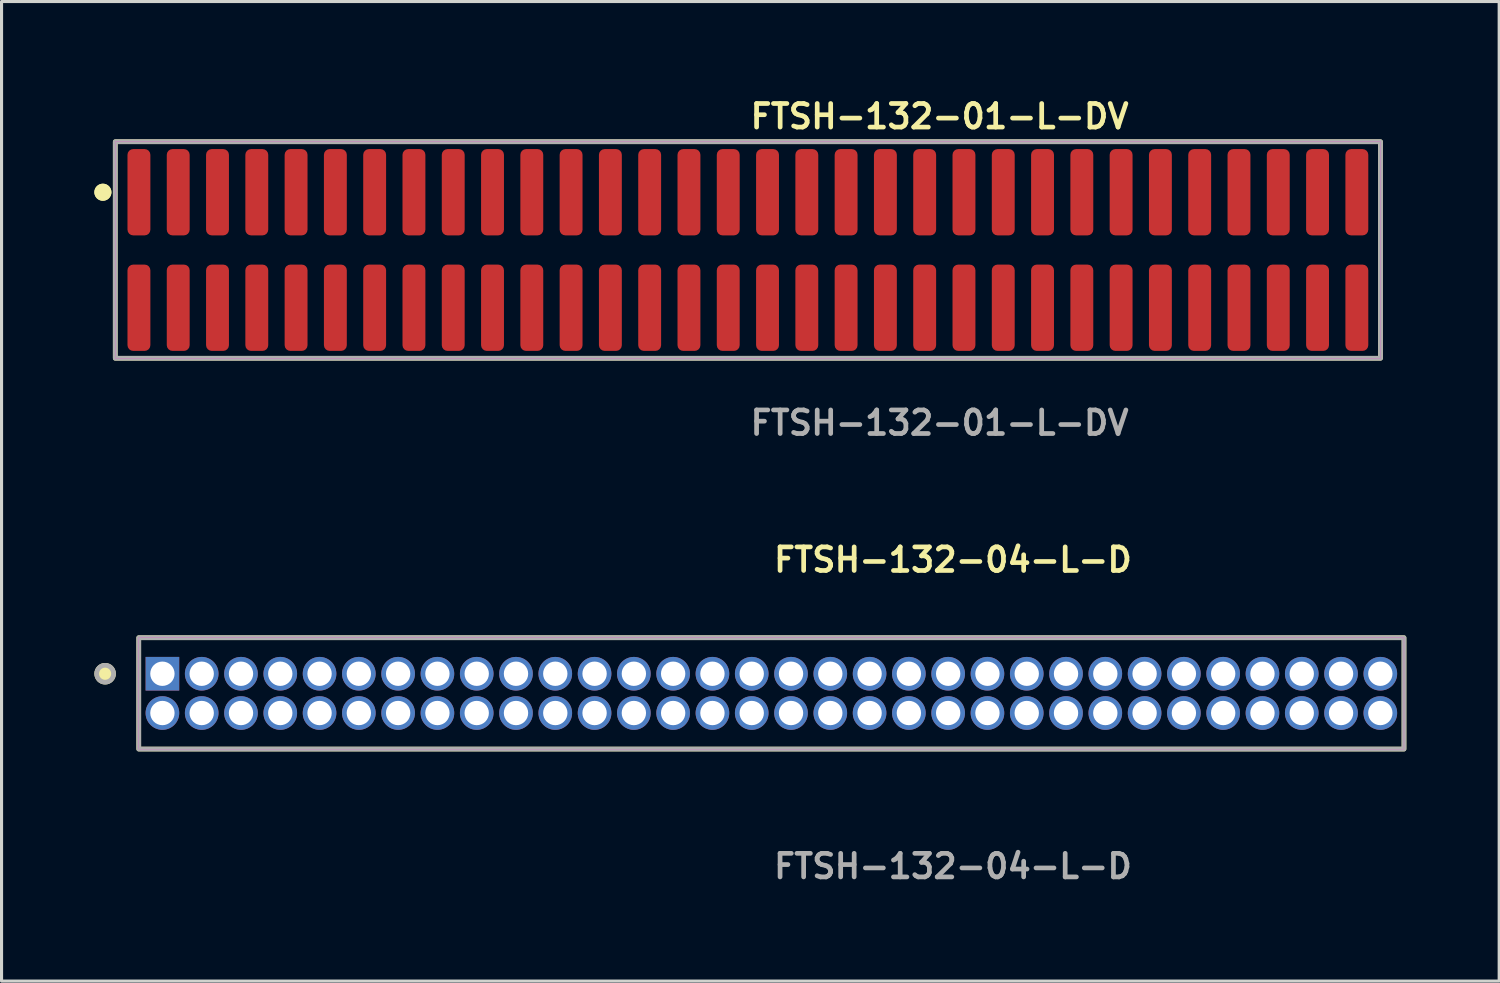
<source format=kicad_pcb>
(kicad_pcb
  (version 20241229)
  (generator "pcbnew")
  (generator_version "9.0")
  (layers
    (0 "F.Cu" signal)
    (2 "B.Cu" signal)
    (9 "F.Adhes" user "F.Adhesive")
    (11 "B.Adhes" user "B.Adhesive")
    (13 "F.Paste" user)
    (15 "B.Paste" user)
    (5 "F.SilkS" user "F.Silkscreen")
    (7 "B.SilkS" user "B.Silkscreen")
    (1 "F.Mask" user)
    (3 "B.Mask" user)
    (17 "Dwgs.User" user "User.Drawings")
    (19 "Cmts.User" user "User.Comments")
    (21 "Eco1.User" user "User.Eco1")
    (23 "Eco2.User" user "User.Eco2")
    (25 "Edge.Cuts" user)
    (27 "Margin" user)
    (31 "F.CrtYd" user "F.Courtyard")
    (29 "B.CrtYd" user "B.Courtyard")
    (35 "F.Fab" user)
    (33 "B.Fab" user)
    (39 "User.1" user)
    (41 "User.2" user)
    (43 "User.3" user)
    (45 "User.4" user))
  (footprint "FTSH-132-01-L-DV"
    (layer "F.Cu")
    (at 21.126 5.031)
    (property "Reference" "FTSH-132-01-L-DV" (at 0 -4.318 0) (unlocked yes) (layer "F.SilkS") (effects (font (size 0.762 0.762) (thickness 0.152)) (justify left)))
    (fp_rect (start -20.45 3.5) (end 20.45 -3.5) (stroke (width 0.152) (type solid)) (fill no) (layer "F.SilkS"))
    (fp_circle (center -20.85 -1.867) (end -21.05 -1.867) (stroke (width 0.152) (type solid)) (fill yes) (layer "F.SilkS"))
    (fp_circle (center -20.85 -1.867) (end -21.05 -1.867) (stroke (width 0.152) (type solid)) (fill yes) (layer "F.SilkS"))
    (fp_rect (start -20.45 3.5) (end 20.45 -3.5) (stroke (width 0.006) (type solid)) (fill no) (layer "F.CrtYd"))
    (fp_rect (start -20.45 3.5) (end 20.45 -3.5) (stroke (width 0.152) (type solid)) (fill no) (layer "F.Fab"))
    (fp_text user "${REFERENCE}" (at 0 5.588 0) (unlocked yes) (layer "F.Fab") (effects (font (size 0.762 0.762) (thickness 0.152)) (justify left)))
    (pad "1" smd roundrect (at -19.685 -1.867) (size 0.74 2.79) (layers "F.Cu" "F.Paste") (roundrect_rratio 0.25))
    (pad "2" smd roundrect (at -19.685 1.867) (size 0.74 2.79) (layers "F.Cu" "F.Paste") (roundrect_rratio 0.25))
    (pad "3" smd roundrect (at -18.415 -1.867) (size 0.74 2.79) (layers "F.Cu" "F.Paste") (roundrect_rratio 0.25))
    (pad "4" smd roundrect (at -18.415 1.867) (size 0.74 2.79) (layers "F.Cu" "F.Paste") (roundrect_rratio 0.25))
    (pad "5" smd roundrect (at -17.145 -1.867) (size 0.74 2.79) (layers "F.Cu" "F.Paste") (roundrect_rratio 0.25))
    (pad "6" smd roundrect (at -17.145 1.867) (size 0.74 2.79) (layers "F.Cu" "F.Paste") (roundrect_rratio 0.25))
    (pad "7" smd roundrect (at -15.875 -1.867) (size 0.74 2.79) (layers "F.Cu" "F.Paste") (roundrect_rratio 0.25))
    (pad "8" smd roundrect (at -15.875 1.867) (size 0.74 2.79) (layers "F.Cu" "F.Paste") (roundrect_rratio 0.25))
    (pad "9" smd roundrect (at -14.605 -1.867) (size 0.74 2.79) (layers "F.Cu" "F.Paste") (roundrect_rratio 0.25))
    (pad "10" smd roundrect (at -14.605 1.867) (size 0.74 2.79) (layers "F.Cu" "F.Paste") (roundrect_rratio 0.25))
    (pad "11" smd roundrect (at -13.335 -1.867) (size 0.74 2.79) (layers "F.Cu" "F.Paste") (roundrect_rratio 0.25))
    (pad "12" smd roundrect (at -13.335 1.867) (size 0.74 2.79) (layers "F.Cu" "F.Paste") (roundrect_rratio 0.25))
    (pad "13" smd roundrect (at -12.065 -1.867) (size 0.74 2.79) (layers "F.Cu" "F.Paste") (roundrect_rratio 0.25))
    (pad "14" smd roundrect (at -12.065 1.867) (size 0.74 2.79) (layers "F.Cu" "F.Paste") (roundrect_rratio 0.25))
    (pad "15" smd roundrect (at -10.795 -1.867) (size 0.74 2.79) (layers "F.Cu" "F.Paste") (roundrect_rratio 0.25))
    (pad "16" smd roundrect (at -10.795 1.867) (size 0.74 2.79) (layers "F.Cu" "F.Paste") (roundrect_rratio 0.25))
    (pad "17" smd roundrect (at -9.525 -1.867) (size 0.74 2.79) (layers "F.Cu" "F.Paste") (roundrect_rratio 0.25))
    (pad "18" smd roundrect (at -9.525 1.867) (size 0.74 2.79) (layers "F.Cu" "F.Paste") (roundrect_rratio 0.25))
    (pad "19" smd roundrect (at -8.255 -1.867) (size 0.74 2.79) (layers "F.Cu" "F.Paste") (roundrect_rratio 0.25))
    (pad "20" smd roundrect (at -8.255 1.867) (size 0.74 2.79) (layers "F.Cu" "F.Paste") (roundrect_rratio 0.25))
    (pad "21" smd roundrect (at -6.985 -1.867) (size 0.74 2.79) (layers "F.Cu" "F.Paste") (roundrect_rratio 0.25))
    (pad "22" smd roundrect (at -6.985 1.867) (size 0.74 2.79) (layers "F.Cu" "F.Paste") (roundrect_rratio 0.25))
    (pad "23" smd roundrect (at -5.715 -1.867) (size 0.74 2.79) (layers "F.Cu" "F.Paste") (roundrect_rratio 0.25))
    (pad "24" smd roundrect (at -5.715 1.867) (size 0.74 2.79) (layers "F.Cu" "F.Paste") (roundrect_rratio 0.25))
    (pad "25" smd roundrect (at -4.445 -1.867) (size 0.74 2.79) (layers "F.Cu" "F.Paste") (roundrect_rratio 0.25))
    (pad "26" smd roundrect (at -4.445 1.867) (size 0.74 2.79) (layers "F.Cu" "F.Paste") (roundrect_rratio 0.25))
    (pad "27" smd roundrect (at -3.175 -1.867) (size 0.74 2.79) (layers "F.Cu" "F.Paste") (roundrect_rratio 0.25))
    (pad "28" smd roundrect (at -3.175 1.867) (size 0.74 2.79) (layers "F.Cu" "F.Paste") (roundrect_rratio 0.25))
    (pad "29" smd roundrect (at -1.905 -1.867) (size 0.74 2.79) (layers "F.Cu" "F.Paste") (roundrect_rratio 0.25))
    (pad "30" smd roundrect (at -1.905 1.867) (size 0.74 2.79) (layers "F.Cu" "F.Paste") (roundrect_rratio 0.25))
    (pad "31" smd roundrect (at -0.635 -1.867) (size 0.74 2.79) (layers "F.Cu" "F.Paste") (roundrect_rratio 0.25))
    (pad "32" smd roundrect (at -0.635 1.867) (size 0.74 2.79) (layers "F.Cu" "F.Paste") (roundrect_rratio 0.25))
    (pad "33" smd roundrect (at 0.635 -1.867) (size 0.74 2.79) (layers "F.Cu" "F.Paste") (roundrect_rratio 0.25))
    (pad "34" smd roundrect (at 0.635 1.867) (size 0.74 2.79) (layers "F.Cu" "F.Paste") (roundrect_rratio 0.25))
    (pad "35" smd roundrect (at 1.905 -1.867) (size 0.74 2.79) (layers "F.Cu" "F.Paste") (roundrect_rratio 0.25))
    (pad "36" smd roundrect (at 1.905 1.867) (size 0.74 2.79) (layers "F.Cu" "F.Paste") (roundrect_rratio 0.25))
    (pad "37" smd roundrect (at 3.175 -1.867) (size 0.74 2.79) (layers "F.Cu" "F.Paste") (roundrect_rratio 0.25))
    (pad "38" smd roundrect (at 3.175 1.867) (size 0.74 2.79) (layers "F.Cu" "F.Paste") (roundrect_rratio 0.25))
    (pad "39" smd roundrect (at 4.445 -1.867) (size 0.74 2.79) (layers "F.Cu" "F.Paste") (roundrect_rratio 0.25))
    (pad "40" smd roundrect (at 4.445 1.867) (size 0.74 2.79) (layers "F.Cu" "F.Paste") (roundrect_rratio 0.25))
    (pad "41" smd roundrect (at 5.715 -1.867) (size 0.74 2.79) (layers "F.Cu" "F.Paste") (roundrect_rratio 0.25))
    (pad "42" smd roundrect (at 5.715 1.867) (size 0.74 2.79) (layers "F.Cu" "F.Paste") (roundrect_rratio 0.25))
    (pad "43" smd roundrect (at 6.985 -1.867) (size 0.74 2.79) (layers "F.Cu" "F.Paste") (roundrect_rratio 0.25))
    (pad "44" smd roundrect (at 6.985 1.867) (size 0.74 2.79) (layers "F.Cu" "F.Paste") (roundrect_rratio 0.25))
    (pad "45" smd roundrect (at 8.255 -1.867) (size 0.74 2.79) (layers "F.Cu" "F.Paste") (roundrect_rratio 0.25))
    (pad "46" smd roundrect (at 8.255 1.867) (size 0.74 2.79) (layers "F.Cu" "F.Paste") (roundrect_rratio 0.25))
    (pad "47" smd roundrect (at 9.525 -1.867) (size 0.74 2.79) (layers "F.Cu" "F.Paste") (roundrect_rratio 0.25))
    (pad "48" smd roundrect (at 9.525 1.867) (size 0.74 2.79) (layers "F.Cu" "F.Paste") (roundrect_rratio 0.25))
    (pad "49" smd roundrect (at 10.795 -1.867) (size 0.74 2.79) (layers "F.Cu" "F.Paste") (roundrect_rratio 0.25))
    (pad "50" smd roundrect (at 10.795 1.867) (size 0.74 2.79) (layers "F.Cu" "F.Paste") (roundrect_rratio 0.25))
    (pad "51" smd roundrect (at 12.065 -1.867) (size 0.74 2.79) (layers "F.Cu" "F.Paste") (roundrect_rratio 0.25))
    (pad "52" smd roundrect (at 12.065 1.867) (size 0.74 2.79) (layers "F.Cu" "F.Paste") (roundrect_rratio 0.25))
    (pad "53" smd roundrect (at 13.335 -1.867) (size 0.74 2.79) (layers "F.Cu" "F.Paste") (roundrect_rratio 0.25))
    (pad "54" smd roundrect (at 13.335 1.867) (size 0.74 2.79) (layers "F.Cu" "F.Paste") (roundrect_rratio 0.25))
    (pad "55" smd roundrect (at 14.605 -1.867) (size 0.74 2.79) (layers "F.Cu" "F.Paste") (roundrect_rratio 0.25))
    (pad "56" smd roundrect (at 14.605 1.867) (size 0.74 2.79) (layers "F.Cu" "F.Paste") (roundrect_rratio 0.25))
    (pad "57" smd roundrect (at 15.875 -1.867) (size 0.74 2.79) (layers "F.Cu" "F.Paste") (roundrect_rratio 0.25))
    (pad "58" smd roundrect (at 15.875 1.867) (size 0.74 2.79) (layers "F.Cu" "F.Paste") (roundrect_rratio 0.25))
    (pad "59" smd roundrect (at 17.145 -1.867) (size 0.74 2.79) (layers "F.Cu" "F.Paste") (roundrect_rratio 0.25))
    (pad "60" smd roundrect (at 17.145 1.867) (size 0.74 2.79) (layers "F.Cu" "F.Paste") (roundrect_rratio 0.25))
    (pad "61" smd roundrect (at 18.415 -1.867) (size 0.74 2.79) (layers "F.Cu" "F.Paste") (roundrect_rratio 0.25))
    (pad "62" smd roundrect (at 18.415 1.867) (size 0.74 2.79) (layers "F.Cu" "F.Paste") (roundrect_rratio 0.25))
    (pad "63" smd roundrect (at 19.685 -1.867) (size 0.74 2.79) (layers "F.Cu" "F.Paste") (roundrect_rratio 0.25))
    (pad "64" smd roundrect (at 19.685 1.867) (size 0.74 2.79) (layers "F.Cu" "F.Paste") (roundrect_rratio 0.25)))
  (footprint "FTSH-132-04-L-D"
    (layer "F.Cu")
    (at 21.885 19.364)
    (property "Reference" "FTSH-132-04-L-D" (at 0 -4.318 0) (unlocked yes) (layer "F.SilkS") (effects (font (size 0.762 0.762) (thickness 0.152)) (justify left)))
    (fp_rect (start -20.45 1.8) (end 20.45 -1.8) (stroke (width 0.152) (type solid)) (fill no) (layer "F.SilkS"))
    (fp_circle (center -21.537 -0.635) (end -21.809 -0.635) (stroke (width 0.152) (type solid)) (fill yes) (layer "F.SilkS"))
    (fp_rect (start -20.45 1.8) (end 20.45 -1.8) (stroke (width 0.006) (type solid)) (fill no) (layer "F.CrtYd"))
    (fp_rect (start -20.45 1.8) (end 20.45 -1.8) (stroke (width 0.152) (type solid)) (fill no) (layer "F.Fab"))
    (fp_circle (center -21.537 -0.635) (end -21.809 -0.635) (stroke (width 0.152) (type solid)) (fill no) (layer "F.Fab"))
    (fp_text user "${REFERENCE}" (at 0 5.588 0) (unlocked yes) (layer "F.Fab") (effects (font (size 0.762 0.762) (thickness 0.152)) (justify left)))
    (pad "1" thru_hole rect (at -19.685 -0.635) (size 1.087 1.087) (drill 0.787) (layers "*.Cu" "*.Mask"))
    (pad "2" thru_hole circle (at -19.685 0.635) (size 1.087 1.087) (drill 0.787) (layers "*.Cu" "*.Mask"))
    (pad "3" thru_hole circle (at -18.415 -0.635) (size 1.087 1.087) (drill 0.787) (layers "*.Cu" "*.Mask"))
    (pad "4" thru_hole circle (at -18.415 0.635) (size 1.087 1.087) (drill 0.787) (layers "*.Cu" "*.Mask"))
    (pad "5" thru_hole circle (at -17.145 -0.635) (size 1.087 1.087) (drill 0.787) (layers "*.Cu" "*.Mask"))
    (pad "6" thru_hole circle (at -17.145 0.635) (size 1.087 1.087) (drill 0.787) (layers "*.Cu" "*.Mask"))
    (pad "7" thru_hole circle (at -15.875 -0.635) (size 1.087 1.087) (drill 0.787) (layers "*.Cu" "*.Mask"))
    (pad "8" thru_hole circle (at -15.875 0.635) (size 1.087 1.087) (drill 0.787) (layers "*.Cu" "*.Mask"))
    (pad "9" thru_hole circle (at -14.605 -0.635) (size 1.087 1.087) (drill 0.787) (layers "*.Cu" "*.Mask"))
    (pad "10" thru_hole circle (at -14.605 0.635) (size 1.087 1.087) (drill 0.787) (layers "*.Cu" "*.Mask"))
    (pad "11" thru_hole circle (at -13.335 -0.635) (size 1.087 1.087) (drill 0.787) (layers "*.Cu" "*.Mask"))
    (pad "12" thru_hole circle (at -13.335 0.635) (size 1.087 1.087) (drill 0.787) (layers "*.Cu" "*.Mask"))
    (pad "13" thru_hole circle (at -12.065 -0.635) (size 1.087 1.087) (drill 0.787) (layers "*.Cu" "*.Mask"))
    (pad "14" thru_hole circle (at -12.065 0.635) (size 1.087 1.087) (drill 0.787) (layers "*.Cu" "*.Mask"))
    (pad "15" thru_hole circle (at -10.795 -0.635) (size 1.087 1.087) (drill 0.787) (layers "*.Cu" "*.Mask"))
    (pad "16" thru_hole circle (at -10.795 0.635) (size 1.087 1.087) (drill 0.787) (layers "*.Cu" "*.Mask"))
    (pad "17" thru_hole circle (at -9.525 -0.635) (size 1.087 1.087) (drill 0.787) (layers "*.Cu" "*.Mask"))
    (pad "18" thru_hole circle (at -9.525 0.635) (size 1.087 1.087) (drill 0.787) (layers "*.Cu" "*.Mask"))
    (pad "19" thru_hole circle (at -8.255 -0.635) (size 1.087 1.087) (drill 0.787) (layers "*.Cu" "*.Mask"))
    (pad "20" thru_hole circle (at -8.255 0.635) (size 1.087 1.087) (drill 0.787) (layers "*.Cu" "*.Mask"))
    (pad "21" thru_hole circle (at -6.985 -0.635) (size 1.087 1.087) (drill 0.787) (layers "*.Cu" "*.Mask"))
    (pad "22" thru_hole circle (at -6.985 0.635) (size 1.087 1.087) (drill 0.787) (layers "*.Cu" "*.Mask"))
    (pad "23" thru_hole circle (at -5.715 -0.635) (size 1.087 1.087) (drill 0.787) (layers "*.Cu" "*.Mask"))
    (pad "24" thru_hole circle (at -5.715 0.635) (size 1.087 1.087) (drill 0.787) (layers "*.Cu" "*.Mask"))
    (pad "25" thru_hole circle (at -4.445 -0.635) (size 1.087 1.087) (drill 0.787) (layers "*.Cu" "*.Mask"))
    (pad "26" thru_hole circle (at -4.445 0.635) (size 1.087 1.087) (drill 0.787) (layers "*.Cu" "*.Mask"))
    (pad "27" thru_hole circle (at -3.175 -0.635) (size 1.087 1.087) (drill 0.787) (layers "*.Cu" "*.Mask"))
    (pad "28" thru_hole circle (at -3.175 0.635) (size 1.087 1.087) (drill 0.787) (layers "*.Cu" "*.Mask"))
    (pad "29" thru_hole circle (at -1.905 -0.635) (size 1.087 1.087) (drill 0.787) (layers "*.Cu" "*.Mask"))
    (pad "30" thru_hole circle (at -1.905 0.635) (size 1.087 1.087) (drill 0.787) (layers "*.Cu" "*.Mask"))
    (pad "31" thru_hole circle (at -0.635 -0.635) (size 1.087 1.087) (drill 0.787) (layers "*.Cu" "*.Mask"))
    (pad "32" thru_hole circle (at -0.635 0.635) (size 1.087 1.087) (drill 0.787) (layers "*.Cu" "*.Mask"))
    (pad "33" thru_hole circle (at 0.635 -0.635) (size 1.087 1.087) (drill 0.787) (layers "*.Cu" "*.Mask"))
    (pad "34" thru_hole circle (at 0.635 0.635) (size 1.087 1.087) (drill 0.787) (layers "*.Cu" "*.Mask"))
    (pad "35" thru_hole circle (at 1.905 -0.635) (size 1.087 1.087) (drill 0.787) (layers "*.Cu" "*.Mask"))
    (pad "36" thru_hole circle (at 1.905 0.635) (size 1.087 1.087) (drill 0.787) (layers "*.Cu" "*.Mask"))
    (pad "37" thru_hole circle (at 3.175 -0.635) (size 1.087 1.087) (drill 0.787) (layers "*.Cu" "*.Mask"))
    (pad "38" thru_hole circle (at 3.175 0.635) (size 1.087 1.087) (drill 0.787) (layers "*.Cu" "*.Mask"))
    (pad "39" thru_hole circle (at 4.445 -0.635) (size 1.087 1.087) (drill 0.787) (layers "*.Cu" "*.Mask"))
    (pad "40" thru_hole circle (at 4.445 0.635) (size 1.087 1.087) (drill 0.787) (layers "*.Cu" "*.Mask"))
    (pad "41" thru_hole circle (at 5.715 -0.635) (size 1.087 1.087) (drill 0.787) (layers "*.Cu" "*.Mask"))
    (pad "42" thru_hole circle (at 5.715 0.635) (size 1.087 1.087) (drill 0.787) (layers "*.Cu" "*.Mask"))
    (pad "43" thru_hole circle (at 6.985 -0.635) (size 1.087 1.087) (drill 0.787) (layers "*.Cu" "*.Mask"))
    (pad "44" thru_hole circle (at 6.985 0.635) (size 1.087 1.087) (drill 0.787) (layers "*.Cu" "*.Mask"))
    (pad "45" thru_hole circle (at 8.255 -0.635) (size 1.087 1.087) (drill 0.787) (layers "*.Cu" "*.Mask"))
    (pad "46" thru_hole circle (at 8.255 0.635) (size 1.087 1.087) (drill 0.787) (layers "*.Cu" "*.Mask"))
    (pad "47" thru_hole circle (at 9.525 -0.635) (size 1.087 1.087) (drill 0.787) (layers "*.Cu" "*.Mask"))
    (pad "48" thru_hole circle (at 9.525 0.635) (size 1.087 1.087) (drill 0.787) (layers "*.Cu" "*.Mask"))
    (pad "49" thru_hole circle (at 10.795 -0.635) (size 1.087 1.087) (drill 0.787) (layers "*.Cu" "*.Mask"))
    (pad "50" thru_hole circle (at 10.795 0.635) (size 1.087 1.087) (drill 0.787) (layers "*.Cu" "*.Mask"))
    (pad "51" thru_hole circle (at 12.065 -0.635) (size 1.087 1.087) (drill 0.787) (layers "*.Cu" "*.Mask"))
    (pad "52" thru_hole circle (at 12.065 0.635) (size 1.087 1.087) (drill 0.787) (layers "*.Cu" "*.Mask"))
    (pad "53" thru_hole circle (at 13.335 -0.635) (size 1.087 1.087) (drill 0.787) (layers "*.Cu" "*.Mask"))
    (pad "54" thru_hole circle (at 13.335 0.635) (size 1.087 1.087) (drill 0.787) (layers "*.Cu" "*.Mask"))
    (pad "55" thru_hole circle (at 14.605 -0.635) (size 1.087 1.087) (drill 0.787) (layers "*.Cu" "*.Mask"))
    (pad "56" thru_hole circle (at 14.605 0.635) (size 1.087 1.087) (drill 0.787) (layers "*.Cu" "*.Mask"))
    (pad "57" thru_hole circle (at 15.875 -0.635) (size 1.087 1.087) (drill 0.787) (layers "*.Cu" "*.Mask"))
    (pad "58" thru_hole circle (at 15.875 0.635) (size 1.087 1.087) (drill 0.787) (layers "*.Cu" "*.Mask"))
    (pad "59" thru_hole circle (at 17.145 -0.635) (size 1.087 1.087) (drill 0.787) (layers "*.Cu" "*.Mask"))
    (pad "60" thru_hole circle (at 17.145 0.635) (size 1.087 1.087) (drill 0.787) (layers "*.Cu" "*.Mask"))
    (pad "61" thru_hole circle (at 18.415 -0.635) (size 1.087 1.087) (drill 0.787) (layers "*.Cu" "*.Mask"))
    (pad "62" thru_hole circle (at 18.415 0.635) (size 1.087 1.087) (drill 0.787) (layers "*.Cu" "*.Mask"))
    (pad "63" thru_hole circle (at 19.685 -0.635) (size 1.087 1.087) (drill 0.787) (layers "*.Cu" "*.Mask"))
    (pad "64" thru_hole circle (at 19.685 0.635) (size 1.087 1.087) (drill 0.787) (layers "*.Cu" "*.Mask")))
  (gr_rect
    (start -3 -3)
    (end 45.412 28.665)
    (stroke (width 0.1) (type default))
    (fill no)
    (layer "Edge.Cuts")))
</source>
